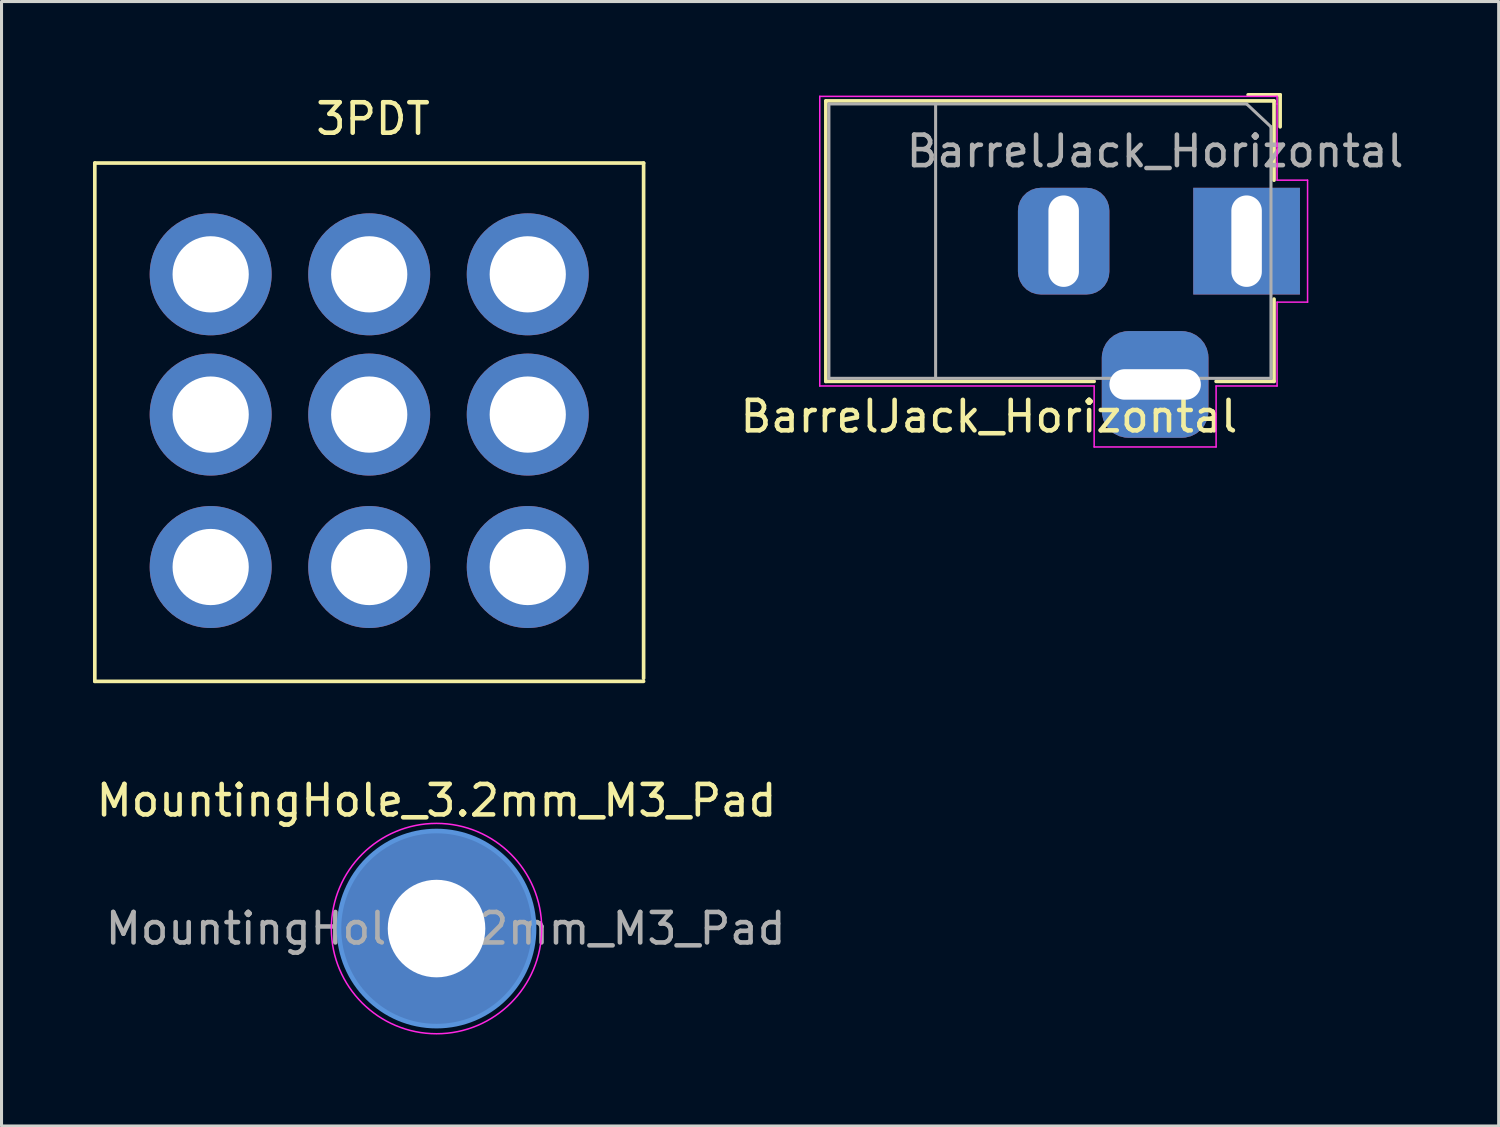
<source format=kicad_pcb>
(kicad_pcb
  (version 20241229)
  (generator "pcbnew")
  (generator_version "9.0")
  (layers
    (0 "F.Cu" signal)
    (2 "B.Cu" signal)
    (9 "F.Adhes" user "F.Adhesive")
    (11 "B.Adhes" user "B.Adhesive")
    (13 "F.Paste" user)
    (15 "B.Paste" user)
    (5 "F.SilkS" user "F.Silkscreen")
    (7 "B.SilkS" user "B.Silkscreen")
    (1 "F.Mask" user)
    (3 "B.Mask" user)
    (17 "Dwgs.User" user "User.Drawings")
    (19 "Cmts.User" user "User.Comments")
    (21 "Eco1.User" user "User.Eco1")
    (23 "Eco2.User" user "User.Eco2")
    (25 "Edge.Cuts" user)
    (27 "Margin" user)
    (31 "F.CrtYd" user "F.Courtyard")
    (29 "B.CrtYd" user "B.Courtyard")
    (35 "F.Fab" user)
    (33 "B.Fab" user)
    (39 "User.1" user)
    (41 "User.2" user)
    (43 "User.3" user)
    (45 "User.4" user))
  (footprint "BarrelJack_Horizontal"
    (layer "F.Cu")
    (at 37.838 4.86)
    (property "Reference" "BarrelJack_Horizontal" (at -8.45 5.75 0) (layer "F.SilkS") (effects (font (size 1 1) (thickness 0.15))))
    (attr through_hole)
    (fp_line (start -13.8 -4.6) (end 0.9 -4.6) (stroke (width 0.12) (type solid)) (layer "F.SilkS"))
    (fp_line (start -13.8 4.6) (end -13.8 -4.6) (stroke (width 0.12) (type solid)) (layer "F.SilkS"))
    (fp_line (start -5 4.6) (end -13.8 4.6) (stroke (width 0.12) (type solid)) (layer "F.SilkS"))
    (fp_line (start 0.05 -4.8) (end 1.1 -4.8) (stroke (width 0.12) (type solid)) (layer "F.SilkS"))
    (fp_line (start 0.9 -4.6) (end 0.9 -2) (stroke (width 0.12) (type solid)) (layer "F.SilkS"))
    (fp_line (start 0.9 1.9) (end 0.9 4.6) (stroke (width 0.12) (type solid)) (layer "F.SilkS"))
    (fp_line (start 0.9 4.6) (end -1 4.6) (stroke (width 0.12) (type solid)) (layer "F.SilkS"))
    (fp_line (start 1.1 -3.75) (end 1.1 -4.8) (stroke (width 0.12) (type solid)) (layer "F.SilkS"))
    (fp_line (start -14 4.75) (end -14 -4.75) (stroke (width 0.05) (type solid)) (layer "F.CrtYd"))
    (fp_line (start -5 4.75) (end -14 4.75) (stroke (width 0.05) (type solid)) (layer "F.CrtYd"))
    (fp_line (start -5 6.75) (end -5 4.75) (stroke (width 0.05) (type solid)) (layer "F.CrtYd"))
    (fp_line (start -1 4.75) (end -1 6.75) (stroke (width 0.05) (type solid)) (layer "F.CrtYd"))
    (fp_line (start -1 6.75) (end -5 6.75) (stroke (width 0.05) (type solid)) (layer "F.CrtYd"))
    (fp_line (start 1 -4.75) (end -14 -4.75) (stroke (width 0.05) (type solid)) (layer "F.CrtYd"))
    (fp_line (start 1 -4.5) (end 1 -4.75) (stroke (width 0.05) (type solid)) (layer "F.CrtYd"))
    (fp_line (start 1 -4.5) (end 1 -2) (stroke (width 0.05) (type solid)) (layer "F.CrtYd"))
    (fp_line (start 1 -2) (end 2 -2) (stroke (width 0.05) (type solid)) (layer "F.CrtYd"))
    (fp_line (start 1 2) (end 1 4.75) (stroke (width 0.05) (type solid)) (layer "F.CrtYd"))
    (fp_line (start 1 4.75) (end -1 4.75) (stroke (width 0.05) (type solid)) (layer "F.CrtYd"))
    (fp_line (start 2 -2) (end 2 2) (stroke (width 0.05) (type solid)) (layer "F.CrtYd"))
    (fp_line (start 2 2) (end 1 2) (stroke (width 0.05) (type solid)) (layer "F.CrtYd"))
    (fp_line (start -13.7 -4.5) (end -13.7 4.5) (stroke (width 0.1) (type solid)) (layer "F.Fab"))
    (fp_line (start -13.7 4.5) (end 0.8 4.5) (stroke (width 0.1) (type solid)) (layer "F.Fab"))
    (fp_line (start -10.2 -4.5) (end -10.2 4.5) (stroke (width 0.1) (type solid)) (layer "F.Fab"))
    (fp_line (start -0.003 -4.505) (end 0.8 -3.75) (stroke (width 0.1) (type solid)) (layer "F.Fab"))
    (fp_line (start 0 -4.5) (end -13.7 -4.5) (stroke (width 0.1) (type solid)) (layer "F.Fab"))
    (fp_line (start 0.8 4.5) (end 0.8 -3.75) (stroke (width 0.1) (type solid)) (layer "F.Fab"))
    (fp_text user "${REFERENCE}" (at -3 -2.95 0) (layer "F.Fab") (effects (font (size 1 1) (thickness 0.15))))
    (pad "1" thru_hole rect (at 0 0) (size 3.5 3.5) (drill oval 1 3) (layers "*.Cu" "*.Mask"))
    (pad "2" thru_hole roundrect (at -6 0) (size 3 3.5) (drill oval 1 3) (layers "*.Cu" "*.Mask") (roundrect_rratio 0.25))
    (pad "3" thru_hole roundrect (at -3 4.7) (size 3.5 3.5) (drill oval 3 1) (layers "*.Cu" "*.Mask") (roundrect_rratio 0.25)))
  (footprint "MountingHole_3.2mm_M3_Pad"
    (layer "F.Cu")
    (at 11.268 27.407)
    (property "Reference" "MountingHole_3.2mm_M3_Pad" (at 0 -4.2 0) (layer "F.SilkS") (effects (font (size 1 1) (thickness 0.15))))
    (attr exclude_from_pos_files exclude_from_bom)
    (fp_circle (center 0 0) (end 3.2 0) (stroke (width 0.15) (type solid)) (fill no) (layer "Cmts.User"))
    (fp_circle (center 0 0) (end 3.45 0) (stroke (width 0.05) (type solid)) (fill no) (layer "F.CrtYd"))
    (fp_text user "${REFERENCE}" (at 0.3 0 0) (layer "F.Fab") (effects (font (size 1 1) (thickness 0.15))))
    (pad "1" thru_hole circle (at 0 0) (size 6.4 6.4) (drill 3.2) (layers "*.Cu" "*.Mask")))
  (footprint "3PDT"
    (layer "F.Cu")
    (at 3.86 5.948)
    (property "Reference" "3PDT" (at 5.325 -5.1 0) (layer "F.SilkS") (effects (font (size 1 1) (thickness 0.15))))
    (attr through_hole)
    (fp_line (start -3.8 -3.65) (end -3.8 13.35) (stroke (width 0.12) (type solid)) (layer "F.SilkS"))
    (fp_line (start -3.8 -3.65) (end 14.2 -3.65) (stroke (width 0.12) (type solid)) (layer "F.SilkS"))
    (fp_line (start -3.8 13.35) (end 14.2 13.35) (stroke (width 0.12) (type solid)) (layer "F.SilkS"))
    (fp_line (start 14.2 -3.65) (end 14.2 13.25) (stroke (width 0.12) (type solid)) (layer "F.SilkS"))
    (pad "1" thru_hole circle (at 0 0) (size 4 4) (drill 2.5) (layers "*.Cu" "*.Mask"))
    (pad "2" thru_hole circle (at 0 4.6) (size 4 4) (drill 2.5) (layers "*.Cu" "*.Mask"))
    (pad "3" thru_hole circle (at 0 9.6) (size 4 4) (drill 2.5) (layers "*.Cu" "*.Mask"))
    (pad "4" thru_hole circle (at 5.2 0) (size 4 4) (drill 2.5) (layers "*.Cu" "*.Mask"))
    (pad "5" thru_hole circle (at 5.2 4.6) (size 4 4) (drill 2.5) (layers "*.Cu" "*.Mask"))
    (pad "6" thru_hole circle (at 5.2 9.6) (size 4 4) (drill 2.5) (layers "*.Cu" "*.Mask"))
    (pad "7" thru_hole circle (at 10.4 0) (size 4 4) (drill 2.5) (layers "*.Cu" "*.Mask"))
    (pad "8" thru_hole circle (at 10.4 4.6) (size 4 4) (drill 2.5) (layers "*.Cu" "*.Mask"))
    (pad "9" thru_hole circle (at 10.4 9.6) (size 4 4) (drill 2.5) (layers "*.Cu" "*.Mask")))
  (gr_rect
    (start -3 -3)
    (end 46.106 33.882)
    (stroke (width 0.1) (type default))
    (fill no)
    (layer "Edge.Cuts")))
</source>
